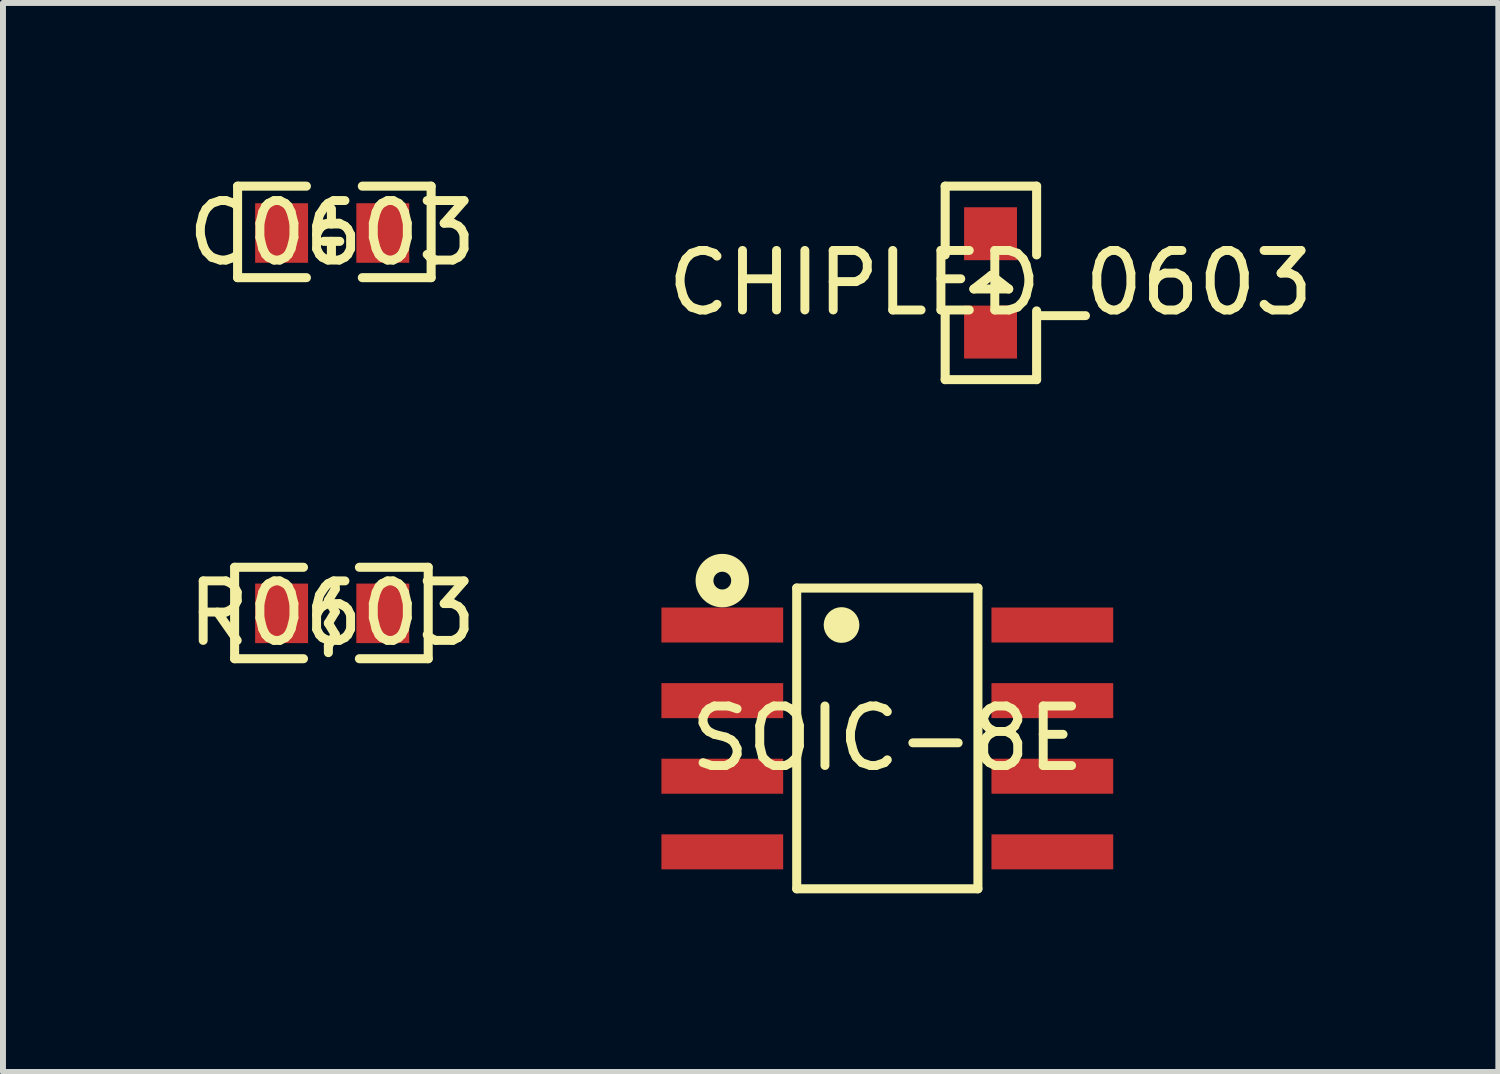
<source format=kicad_pcb>
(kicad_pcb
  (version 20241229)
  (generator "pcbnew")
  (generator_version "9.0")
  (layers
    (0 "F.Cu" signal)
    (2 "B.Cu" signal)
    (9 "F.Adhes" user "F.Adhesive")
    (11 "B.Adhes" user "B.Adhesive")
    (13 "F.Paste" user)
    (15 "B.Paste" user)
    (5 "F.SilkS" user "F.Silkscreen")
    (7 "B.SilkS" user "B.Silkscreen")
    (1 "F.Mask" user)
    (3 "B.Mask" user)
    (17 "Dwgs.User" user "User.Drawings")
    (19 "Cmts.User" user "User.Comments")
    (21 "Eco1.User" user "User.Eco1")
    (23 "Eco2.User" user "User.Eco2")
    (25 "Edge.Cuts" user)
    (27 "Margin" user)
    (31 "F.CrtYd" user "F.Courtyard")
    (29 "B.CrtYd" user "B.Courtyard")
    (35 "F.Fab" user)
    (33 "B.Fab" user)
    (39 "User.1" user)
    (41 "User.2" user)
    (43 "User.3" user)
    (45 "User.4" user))
  (footprint "CHIPLED_0603"
    (layer "F.Cu")
    (at 13.589 1.702)
    (property "Reference" "CHIPLED_0603" (at 0 0 0) (layer "F.SilkS") (effects (font (size 1 1) (thickness 0.15))))
    (fp_line (start -0.762 -1.625) (end -0.762 -0.47) (stroke (width 0.152) (type default)) (layer "F.SilkS"))
    (fp_line (start -0.762 0.47) (end -0.762 1.625) (stroke (width 0.152) (type default)) (layer "F.SilkS"))
    (fp_line (start 0.013 -0.127) (end -0.28 0.102) (stroke (width 0.152) (type default)) (layer "F.SilkS"))
    (fp_line (start 0.305 0.102) (end -0.28 0.102) (stroke (width 0.152) (type default)) (layer "F.SilkS"))
    (fp_line (start 0.305 0.102) (end 0.013 -0.127) (stroke (width 0.152) (type default)) (layer "F.SilkS"))
    (fp_line (start 0.774 -1.625) (end -0.762 -1.625) (stroke (width 0.152) (type default)) (layer "F.SilkS"))
    (fp_line (start 0.774 -1.625) (end 0.774 -0.47) (stroke (width 0.152) (type default)) (layer "F.SilkS"))
    (fp_line (start 0.774 0.47) (end 0.774 1.625) (stroke (width 0.152) (type default)) (layer "F.SilkS"))
    (fp_line (start 0.774 1.625) (end -0.762 1.625) (stroke (width 0.152) (type default)) (layer "F.SilkS"))
    (fp_poly (pts (xy 0.401 0.8) (xy 0.401 -0.8) (xy -0.399 -0.8) (xy -0.399 0.8)) (stroke (width 0.1) (type default)) (fill no) (layer "Eco2.User"))
    (fp_line (start -0.451 -0.362) (end -0.451 0.362) (stroke (width 0.102) (type default)) (layer "User.1"))
    (fp_line (start 0.451 -0.35) (end 0.451 0.35) (stroke (width 0.102) (type default)) (layer "User.1"))
    (pad "A" smd rect (at 0 0.826 180) (size 0.889 0.889) (layers "F.Cu" "F.Mask" "F.Paste"))
    (pad "C" smd rect (at 0 -0.826 180) (size 0.889 0.889) (layers "F.Cu" "F.Mask" "F.Paste")))
  (footprint "R0603"
    (layer "F.Cu")
    (at 2.53 7.253)
    (property "Reference" "R0603" (at 0 0 0) (layer "F.SilkS") (effects (font (size 1 1) (thickness 0.15))))
    (fp_line (start -1.639 0.762) (end -1.639 -0.774) (stroke (width 0.152) (type default)) (layer "F.SilkS"))
    (fp_line (start -0.482 -0.774) (end -1.639 -0.774) (stroke (width 0.152) (type default)) (layer "F.SilkS"))
    (fp_line (start -0.482 0.762) (end -1.639 0.762) (stroke (width 0.152) (type default)) (layer "F.SilkS"))
    (fp_line (start -0.064 -0.216) (end 0.051 -0.406) (stroke (width 0.152) (type default)) (layer "F.SilkS"))
    (fp_line (start -0.064 0.165) (end 0.051 -0.025) (stroke (width 0.152) (type default)) (layer "F.SilkS"))
    (fp_line (start -0.064 0.546) (end 0.051 0.355) (stroke (width 0.152) (type default)) (layer "F.SilkS"))
    (fp_line (start -0.064 0.66) (end -0.064 0.546) (stroke (width 0.152) (type default)) (layer "F.SilkS"))
    (fp_line (start 0.051 -0.406) (end 0.051 -0.52) (stroke (width 0.152) (type default)) (layer "F.SilkS"))
    (fp_line (start 0.051 -0.025) (end -0.064 -0.216) (stroke (width 0.152) (type default)) (layer "F.SilkS"))
    (fp_line (start 0.051 0.355) (end -0.064 0.165) (stroke (width 0.152) (type default)) (layer "F.SilkS"))
    (fp_line (start 1.613 -0.774) (end 0.457 -0.774) (stroke (width 0.152) (type default)) (layer "F.SilkS"))
    (fp_line (start 1.613 0.762) (end 0.457 0.762) (stroke (width 0.152) (type default)) (layer "F.SilkS"))
    (fp_line (start 1.613 0.762) (end 1.613 -0.774) (stroke (width 0.152) (type default)) (layer "F.SilkS"))
    (fp_line (start -1.639 0.762) (end -1.639 -0.774) (stroke (width 0.1) (type default)) (layer "User.1"))
    (fp_line (start -1.069 0.394) (end -1.069 -0.406) (stroke (width 0.1) (type default)) (layer "User.1"))
    (fp_line (start 0 0.15) (end 0 -0.15) (stroke (width 0.1) (type default)) (layer "User.1"))
    (fp_line (start 0.15 0) (end -0.15 0) (stroke (width 0.1) (type default)) (layer "User.1"))
    (fp_line (start 1.031 -0.406) (end -1.069 -0.406) (stroke (width 0.1) (type default)) (layer "User.1"))
    (fp_line (start 1.031 0.394) (end -1.069 0.394) (stroke (width 0.1) (type default)) (layer "User.1"))
    (fp_line (start 1.031 0.394) (end 1.031 -0.406) (stroke (width 0.1) (type default)) (layer "User.1"))
    (fp_line (start 1.613 -0.774) (end -1.639 -0.774) (stroke (width 0.1) (type default)) (layer "User.1"))
    (fp_line (start 1.613 0.762) (end -1.639 0.762) (stroke (width 0.1) (type default)) (layer "User.1"))
    (fp_line (start 1.613 0.762) (end 1.613 -0.774) (stroke (width 0.1) (type default)) (layer "User.1"))
    (fp_poly (pts (xy -0.851 0.432) (xy -0.851 -0.431) (xy -0.445 -0.431) (xy -0.445 0.432)) (stroke (width 0.1) (type default)) (fill no) (layer "User.1"))
    (fp_poly (pts (xy 0.419 0.432) (xy 0.419 -0.431) (xy 0.826 -0.431) (xy 0.826 0.432)) (stroke (width 0.1) (type default)) (fill no) (layer "User.1"))
    (fp_poly (pts (xy 1.031 -0.406) (xy -1.069 -0.406) (xy -1.069 0.394) (xy 1.031 0.394)) (stroke (width 0.1) (type default)) (fill no) (layer "User.1"))
    (pad "1" smd rect (at -0.85 0 270) (size 1 0.889) (layers "F.Cu" "F.Mask" "F.Paste"))
    (pad "2" smd rect (at 0.85 0 270) (size 1 0.889) (layers "F.Cu" "F.Mask" "F.Paste")))
  (footprint "SOIC-8E"
    (layer "F.Cu")
    (at 11.855 9.354)
    (property "Reference" "SOIC-8E" (at 0 0 0) (layer "F.SilkS") (effects (font (size 1 1) (thickness 0.15))))
    (fp_line (start -1.522 2.526) (end -1.522 -2.526) (stroke (width 0.152) (type default)) (layer "F.SilkS"))
    (fp_line (start 1.522 -2.526) (end -1.522 -2.526) (stroke (width 0.152) (type default)) (layer "F.SilkS"))
    (fp_line (start 1.522 2.526) (end -1.522 2.526) (stroke (width 0.152) (type default)) (layer "F.SilkS"))
    (fp_line (start 1.522 2.526) (end 1.522 -2.526) (stroke (width 0.152) (type default)) (layer "F.SilkS"))
    (fp_circle (center -2.772 -2.651) (end -2.623 -2.651) (stroke (width 0.3) (type default)) (fill no) (layer "F.SilkS"))
    (fp_circle (center -0.769 -1.905) (end -0.619 -1.905) (stroke (width 0.3) (type default)) (fill no) (layer "F.SilkS"))
    (fp_circle (center -3.4 -1.905) (end -3.25 -1.905) (stroke (width 0.3) (type default)) (fill no) (layer "User.1"))
    (fp_poly (pts (xy -3 2.5) (xy 3 2.5) (xy 3 -2.5) (xy -3 -2.5)) (stroke (width 0.1) (type default)) (fill no) (layer "User.1"))
    (pad "1" smd rect (at -2.772 -1.905 270) (size 0.588 2.045) (layers "F.Cu" "F.Mask" "F.Paste"))
    (pad "2" smd rect (at -2.772 -0.635 270) (size 0.588 2.045) (layers "F.Cu" "F.Mask" "F.Paste"))
    (pad "3" smd rect (at -2.772 0.635 270) (size 0.588 2.045) (layers "F.Cu" "F.Mask" "F.Paste"))
    (pad "4" smd rect (at -2.772 1.905 270) (size 0.588 2.045) (layers "F.Cu" "F.Mask" "F.Paste"))
    (pad "5" smd rect (at 2.772 1.905 270) (size 0.588 2.045) (layers "F.Cu" "F.Mask" "F.Paste"))
    (pad "6" smd rect (at 2.772 0.635 270) (size 0.588 2.045) (layers "F.Cu" "F.Mask" "F.Paste"))
    (pad "7" smd rect (at 2.772 -0.635 270) (size 0.588 2.045) (layers "F.Cu" "F.Mask" "F.Paste"))
    (pad "8" smd rect (at 2.772 -1.905 270) (size 0.588 2.045) (layers "F.Cu" "F.Mask" "F.Paste")))
  (footprint "C0603"
    (layer "F.Cu")
    (at 2.53 0.864)
    (property "Reference" "C0603" (at 0 0 0) (layer "F.SilkS") (effects (font (size 1 1) (thickness 0.15))))
    (fp_line (start -1.589 -0.787) (end -1.589 0.75) (stroke (width 0.152) (type default)) (layer "F.SilkS"))
    (fp_line (start -0.433 -0.787) (end -1.589 -0.787) (stroke (width 0.152) (type default)) (layer "F.SilkS"))
    (fp_line (start -0.433 0.75) (end -1.589 0.75) (stroke (width 0.152) (type default)) (layer "F.SilkS"))
    (fp_line (start -0.013 -0.406) (end -0.013 -0.152) (stroke (width 0.152) (type default)) (layer "F.SilkS"))
    (fp_line (start -0.013 0.14) (end -0.013 0.394) (stroke (width 0.152) (type default)) (layer "F.SilkS"))
    (fp_line (start 0.127 -0.152) (end -0.14 -0.152) (stroke (width 0.152) (type default)) (layer "F.SilkS"))
    (fp_line (start 0.127 0.14) (end -0.14 0.14) (stroke (width 0.152) (type default)) (layer "F.SilkS"))
    (fp_line (start 1.662 -0.787) (end 0.506 -0.787) (stroke (width 0.152) (type default)) (layer "F.SilkS"))
    (fp_line (start 1.662 -0.787) (end 1.662 0.75) (stroke (width 0.152) (type default)) (layer "F.SilkS"))
    (fp_line (start 1.662 0.75) (end 0.506 0.75) (stroke (width 0.152) (type default)) (layer "F.SilkS"))
    (fp_line (start -1.589 -0.787) (end -1.589 0.75) (stroke (width 0.1) (type default)) (layer "User.1"))
    (fp_line (start -0.774 -0.419) (end -0.774 0.381) (stroke (width 0.1) (type default)) (layer "User.1"))
    (fp_line (start -0.013 -0.086) (end -0.013 0.117) (stroke (width 0.1) (type default)) (layer "User.1"))
    (fp_line (start 0 -0.15) (end 0 0.15) (stroke (width 0.1) (type default)) (layer "User.1"))
    (fp_line (start 0.146 0) (end -0.132 0) (stroke (width 0.1) (type default)) (layer "User.1"))
    (fp_line (start 0.15 0) (end -0.15 0) (stroke (width 0.1) (type default)) (layer "User.1"))
    (fp_line (start 0.826 -0.419) (end -0.774 -0.419) (stroke (width 0.1) (type default)) (layer "User.1"))
    (fp_line (start 0.826 -0.419) (end 0.826 0.381) (stroke (width 0.1) (type default)) (layer "User.1"))
    (fp_line (start 0.826 0.381) (end -0.774 0.381) (stroke (width 0.1) (type default)) (layer "User.1"))
    (fp_line (start 1.662 -0.787) (end -1.589 -0.787) (stroke (width 0.1) (type default)) (layer "User.1"))
    (fp_line (start 1.662 -0.787) (end 1.662 0.75) (stroke (width 0.1) (type default)) (layer "User.1"))
    (fp_line (start 1.662 0.75) (end -1.589 0.75) (stroke (width 0.1) (type default)) (layer "User.1"))
    (fp_poly (pts (xy -0.774 0.381) (xy 0.826 0.381) (xy 0.826 -0.419) (xy -0.774 -0.419)) (stroke (width 0.1) (type default)) (fill no) (layer "User.1"))
    (pad "1" smd rect (at -0.85 0 270) (size 1 0.889) (layers "F.Cu" "F.Mask" "F.Paste"))
    (pad "2" smd rect (at 0.85 0 270) (size 1 0.889) (layers "F.Cu" "F.Mask" "F.Paste")))
  (gr_rect
    (start -3 -3)
    (end 22.119 14.957)
    (stroke (width 0.1) (type default))
    (fill no)
    (layer "Edge.Cuts")))
</source>
